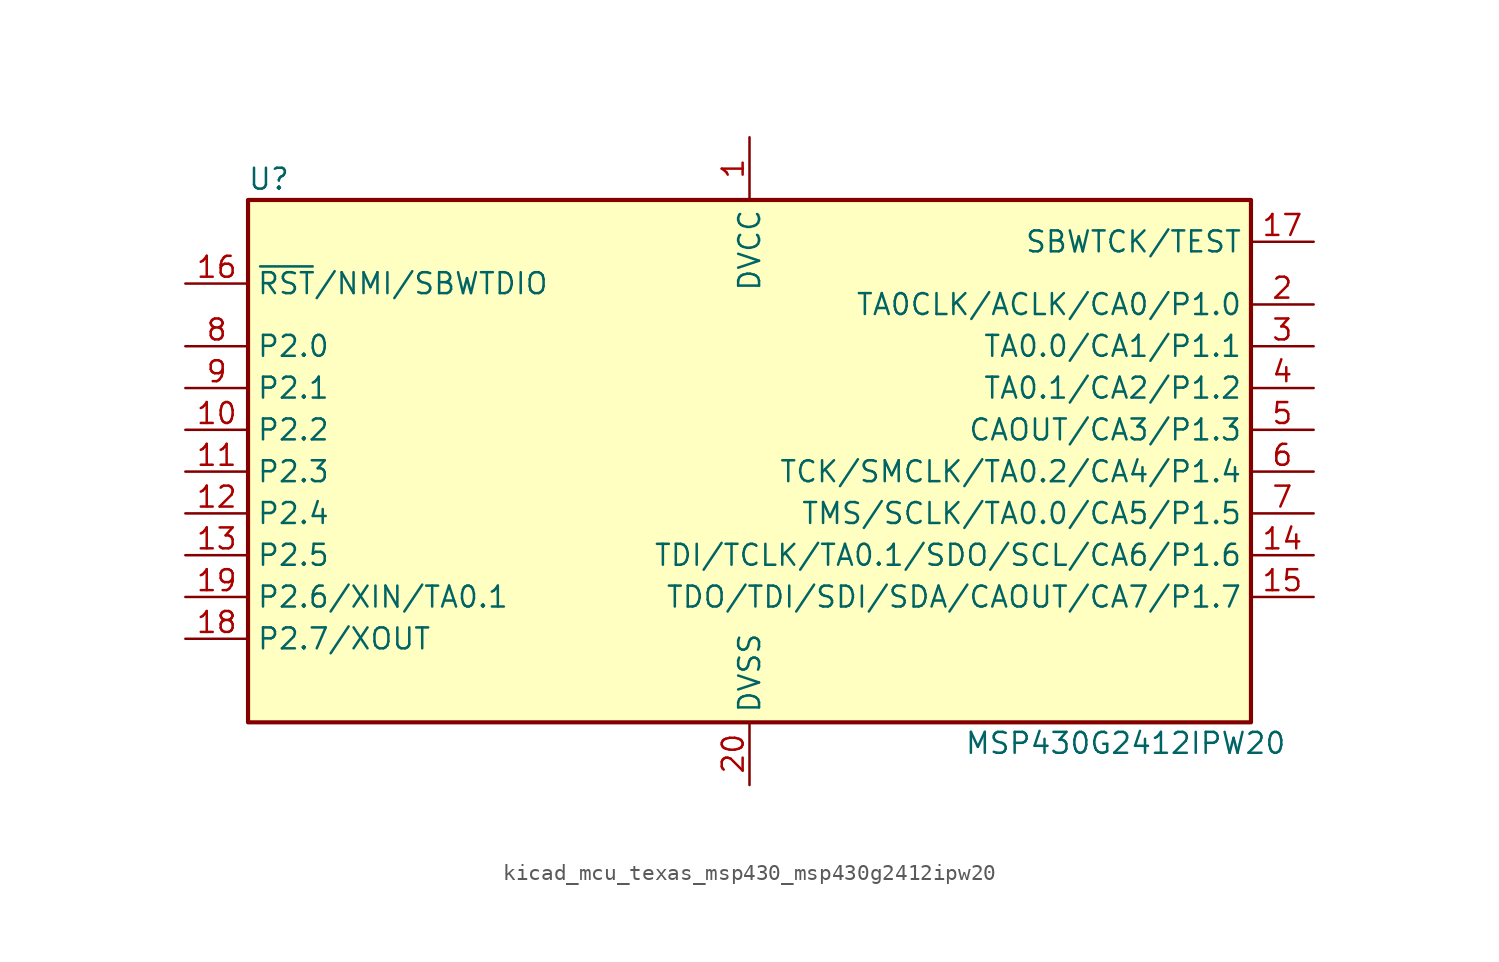
<source format=kicad_sym>
(kicad_symbol_lib
  (version 20220914)
  (generator kicad_symbol_editor)
  (symbol "kicad_mcu_texas_msp430_msp430g2412ipw20"
    (property "Reference" "U"
      (at -29.21 17.78 0)
      (effects (font (size 1.27 1.27))))
    (property "Value" "MSP430G2412IPW20"
      (at 22.86 -16.51 0)
      (effects (font (size 1.27 1.27))))
    (symbol "kicad_mcu_texas_msp430_msp430g2412ipw20_0_1"
      (rectangle (start -30.48 16.51) (end 30.48 -15.24) (stroke (width 0.254) (type default)) (fill (type background))))
    (symbol "kicad_mcu_texas_msp430_msp430g2412ipw20_1_1"
      (pin power_in line (at 0 20.32 270) (length 3.81) (name "DVCC" (effects (font (size 1.27 1.27)))) (number "1" (effects (font (size 1.27 1.27)))))
      (pin bidirectional line (at -34.29 2.54 0) (length 3.81) (name "P2.2" (effects (font (size 1.27 1.27)))) (number "10" (effects (font (size 1.27 1.27)))))
      (pin bidirectional line (at -34.29 0 0) (length 3.81) (name "P2.3" (effects (font (size 1.27 1.27)))) (number "11" (effects (font (size 1.27 1.27)))))
      (pin bidirectional line (at -34.29 -2.54 0) (length 3.81) (name "P2.4" (effects (font (size 1.27 1.27)))) (number "12" (effects (font (size 1.27 1.27)))))
      (pin bidirectional line (at -34.29 -5.08 0) (length 3.81) (name "P2.5" (effects (font (size 1.27 1.27)))) (number "13" (effects (font (size 1.27 1.27)))))
      (pin bidirectional line (at 34.29 -5.08 180) (length 3.81) (name "TDI/TCLK/TA0.1/SDO/SCL/CA6/P1.6" (effects (font (size 1.27 1.27)))) (number "14" (effects (font (size 1.27 1.27)))))
      (pin bidirectional line (at 34.29 -7.62 180) (length 3.81) (name "TDO/TDI/SDI/SDA/CAOUT/CA7/P1.7" (effects (font (size 1.27 1.27)))) (number "15" (effects (font (size 1.27 1.27)))))
      (pin input line (at -34.29 11.43 0) (length 3.81) (name "~{RST}/NMI/SBWTDIO" (effects (font (size 1.27 1.27)))) (number "16" (effects (font (size 1.27 1.27)))))
      (pin input line (at 34.29 13.97 180) (length 3.81) (name "SBWTCK/TEST" (effects (font (size 1.27 1.27)))) (number "17" (effects (font (size 1.27 1.27)))))
      (pin bidirectional line (at -34.29 -10.16 0) (length 3.81) (name "P2.7/XOUT" (effects (font (size 1.27 1.27)))) (number "18" (effects (font (size 1.27 1.27)))))
      (pin bidirectional line (at -34.29 -7.62 0) (length 3.81) (name "P2.6/XIN/TA0.1" (effects (font (size 1.27 1.27)))) (number "19" (effects (font (size 1.27 1.27)))))
      (pin bidirectional line (at 34.29 10.16 180) (length 3.81) (name "TA0CLK/ACLK/CA0/P1.0" (effects (font (size 1.27 1.27)))) (number "2" (effects (font (size 1.27 1.27)))))
      (pin power_in line (at 0 -19.05 90) (length 3.81) (name "DVSS" (effects (font (size 1.27 1.27)))) (number "20" (effects (font (size 1.27 1.27)))))
      (pin bidirectional line (at 34.29 7.62 180) (length 3.81) (name "TA0.0/CA1/P1.1" (effects (font (size 1.27 1.27)))) (number "3" (effects (font (size 1.27 1.27)))))
      (pin bidirectional line (at 34.29 5.08 180) (length 3.81) (name "TA0.1/CA2/P1.2" (effects (font (size 1.27 1.27)))) (number "4" (effects (font (size 1.27 1.27)))))
      (pin bidirectional line (at 34.29 2.54 180) (length 3.81) (name "CAOUT/CA3/P1.3" (effects (font (size 1.27 1.27)))) (number "5" (effects (font (size 1.27 1.27)))))
      (pin bidirectional line (at 34.29 0 180) (length 3.81) (name "TCK/SMCLK/TA0.2/CA4/P1.4" (effects (font (size 1.27 1.27)))) (number "6" (effects (font (size 1.27 1.27)))))
      (pin bidirectional line (at 34.29 -2.54 180) (length 3.81) (name "TMS/SCLK/TA0.0/CA5/P1.5" (effects (font (size 1.27 1.27)))) (number "7" (effects (font (size 1.27 1.27)))))
      (pin bidirectional line (at -34.29 7.62 0) (length 3.81) (name "P2.0" (effects (font (size 1.27 1.27)))) (number "8" (effects (font (size 1.27 1.27)))))
      (pin bidirectional line (at -34.29 5.08 0) (length 3.81) (name "P2.1" (effects (font (size 1.27 1.27)))) (number "9" (effects (font (size 1.27 1.27))))))))
</source>
